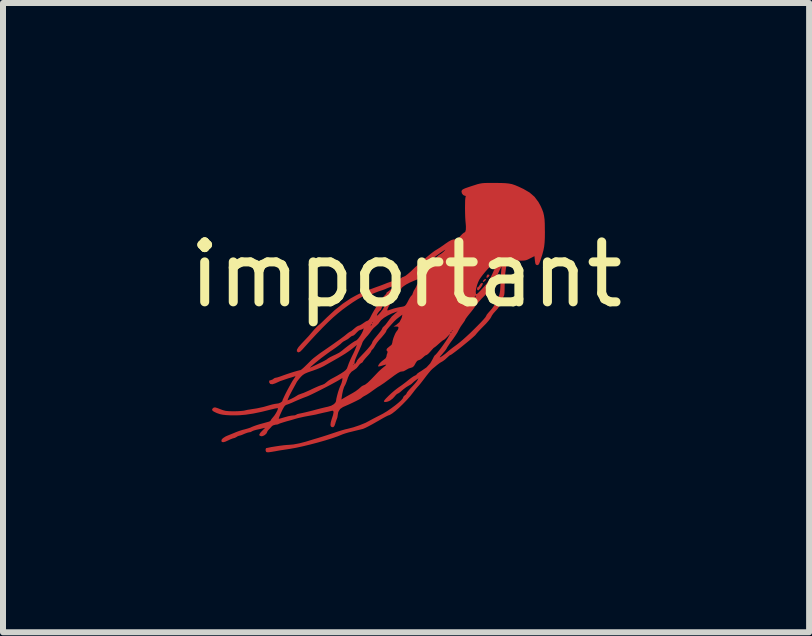
<source format=kicad_pcb>
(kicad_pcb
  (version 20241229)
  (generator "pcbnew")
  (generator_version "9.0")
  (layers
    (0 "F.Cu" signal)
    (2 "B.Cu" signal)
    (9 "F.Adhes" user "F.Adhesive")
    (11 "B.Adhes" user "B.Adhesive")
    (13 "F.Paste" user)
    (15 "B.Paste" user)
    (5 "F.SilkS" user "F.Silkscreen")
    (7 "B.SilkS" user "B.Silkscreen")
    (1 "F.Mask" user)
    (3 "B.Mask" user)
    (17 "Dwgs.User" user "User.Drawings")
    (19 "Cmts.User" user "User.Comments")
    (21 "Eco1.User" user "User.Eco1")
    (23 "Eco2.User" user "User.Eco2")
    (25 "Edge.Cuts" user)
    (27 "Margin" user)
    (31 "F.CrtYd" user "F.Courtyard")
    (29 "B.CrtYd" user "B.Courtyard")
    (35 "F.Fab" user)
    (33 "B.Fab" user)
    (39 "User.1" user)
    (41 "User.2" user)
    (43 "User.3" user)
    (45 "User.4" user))
  (footprint "important"
    (layer "F.Cu")
    (at 3.72 2.028)
    (property "Reference" "important" (at 0 -0.5 0) (unlocked yes) (layer "F.SilkS") (effects (font (size 1 1) (thickness 0.15))))
    (attr smd)
    (fp_poly (pts (xy 1.461 -0.634) (xy 1.46 -0.626) (xy 1.442 -0.605) (xy 1.435 -0.601) (xy 1.422 -0.605) (xy 1.423 -0.614) (xy 1.441 -0.635) (xy 1.448 -0.638)) (stroke (width 0) (type solid)) (fill yes) (layer "F.Cu"))
    (fp_poly (pts (xy 1.332 -0.426) (xy 1.33 -0.412) (xy 1.318 -0.397) (xy 1.293 -0.377) (xy 1.281 -0.381) (xy 1.281 -0.387) (xy 1.29 -0.405) (xy 1.309 -0.422) (xy 1.328 -0.428)) (stroke (width 0) (type solid)) (fill yes) (layer "F.Cu"))
    (fp_poly (pts (xy 1.391 -0.493) (xy 1.386 -0.474) (xy 1.376 -0.462) (xy 1.353 -0.446) (xy 1.34 -0.45) (xy 1.342 -0.467) (xy 1.349 -0.489) (xy 1.351 -0.495) (xy 1.362 -0.5) (xy 1.372 -0.501)) (stroke (width 0) (type solid)) (fill yes) (layer "F.Cu"))
    (fp_poly (pts (xy 1.278 -0.357) (xy 1.281 -0.348) (xy 1.273 -0.325) (xy 1.254 -0.293) (xy 1.23 -0.261) (xy 1.209 -0.24) (xy 1.2 -0.236) (xy 1.186 -0.247) (xy 1.183 -0.263) (xy 1.189 -0.286) (xy 1.197 -0.291) (xy 1.213 -0.302) (xy 1.227 -0.326) (xy 1.244 -0.35) (xy 1.264 -0.361)) (stroke (width 0) (type solid)) (fill yes) (layer "F.Cu"))
    (fp_poly (pts (xy 1.491 -2.028) (xy 1.584 -2.027) (xy 1.657 -2.024) (xy 1.715 -2.018) (xy 1.766 -2.008) (xy 1.817 -1.991) (xy 1.874 -1.967) (xy 1.944 -1.934) (xy 1.957 -1.928) (xy 2.06 -1.868) (xy 2.142 -1.797) (xy 2.207 -1.71) (xy 2.244 -1.643) (xy 2.269 -1.587) (xy 2.288 -1.536) (xy 2.3 -1.483) (xy 2.309 -1.422) (xy 2.313 -1.349) (xy 2.314 -1.255) (xy 2.315 -1.207) (xy 2.314 -1.111) (xy 2.31 -1.034) (xy 2.303 -0.969) (xy 2.291 -0.907) (xy 2.273 -0.839) (xy 2.247 -0.758) (xy 2.237 -0.727) (xy 2.22 -0.684) (xy 2.205 -0.662) (xy 2.188 -0.657) (xy 2.183 -0.658) (xy 2.166 -0.665) (xy 2.155 -0.686) (xy 2.149 -0.727) (xy 2.148 -0.734) (xy 2.141 -0.807) (xy 2.064 -0.768) (xy 2.028 -0.75) (xy 1.998 -0.739) (xy 1.965 -0.734) (xy 1.923 -0.732) (xy 1.864 -0.734) (xy 1.838 -0.735) (xy 1.688 -0.742) (xy 1.68 -0.695) (xy 1.664 -0.594) (xy 1.653 -0.509) (xy 1.647 -0.432) (xy 1.645 -0.351) (xy 1.644 -0.309) (xy 1.643 -0.246) (xy 1.641 -0.193) (xy 1.636 -0.158) (xy 1.632 -0.145) (xy 1.621 -0.127) (xy 1.611 -0.095) (xy 1.611 -0.094) (xy 1.596 -0.051) (xy 1.574 -0.015) (xy 1.555 0.015) (xy 1.546 0.038) (xy 1.546 0.038) (xy 1.537 0.057) (xy 1.512 0.087) (xy 1.491 0.109) (xy 1.456 0.148) (xy 1.429 0.187) (xy 1.421 0.205) (xy 1.405 0.232) (xy 1.374 0.272) (xy 1.332 0.32) (xy 1.293 0.359) (xy 1.247 0.406) (xy 1.207 0.448) (xy 1.179 0.48) (xy 1.167 0.495) (xy 1.152 0.513) (xy 1.119 0.543) (xy 1.074 0.583) (xy 1.019 0.628) (xy 0.959 0.677) (xy 0.9 0.725) (xy 0.843 0.769) (xy 0.795 0.805) (xy 0.759 0.831) (xy 0.739 0.842) (xy 0.737 0.842) (xy 0.722 0.851) (xy 0.696 0.875) (xy 0.685 0.885) (xy 0.648 0.919) (xy 0.609 0.947) (xy 0.602 0.95) (xy 0.562 0.974) (xy 0.521 1.005) (xy 0.517 1.008) (xy 0.479 1.04) (xy 0.442 1.07) (xy 0.439 1.073) (xy 0.415 1.096) (xy 0.381 1.136) (xy 0.342 1.185) (xy 0.321 1.213) (xy 0.281 1.265) (xy 0.244 1.313) (xy 0.214 1.349) (xy 0.203 1.361) (xy 0.175 1.393) (xy 0.14 1.436) (xy 0.12 1.463) (xy 0.069 1.528) (xy 0.01 1.594) (xy -0.054 1.66) (xy -0.117 1.721) (xy -0.177 1.774) (xy -0.23 1.815) (xy -0.273 1.841) (xy -0.298 1.849) (xy -0.313 1.856) (xy -0.349 1.874) (xy -0.399 1.902) (xy -0.459 1.937) (xy -0.49 1.954) (xy -0.558 1.993) (xy -0.621 2.027) (xy -0.674 2.054) (xy -0.711 2.07) (xy -0.719 2.073) (xy -0.755 2.082) (xy -0.809 2.095) (xy -0.871 2.11) (xy -0.894 2.116) (xy -0.956 2.131) (xy -1.011 2.147) (xy -1.052 2.161) (xy -1.062 2.165) (xy -1.138 2.196) (xy -1.235 2.23) (xy -1.348 2.265) (xy -1.471 2.3) (xy -1.597 2.333) (xy -1.721 2.363) (xy -1.836 2.388) (xy -1.937 2.406) (xy -1.963 2.41) (xy -2.034 2.421) (xy -2.114 2.433) (xy -2.178 2.445) (xy -2.242 2.456) (xy -2.285 2.462) (xy -2.311 2.463) (xy -2.325 2.46) (xy -2.333 2.455) (xy -2.341 2.435) (xy -2.341 2.41) (xy -2.334 2.394) (xy -2.331 2.393) (xy -2.31 2.389) (xy -2.3 2.387) (xy -2.247 2.376) (xy -2.179 2.365) (xy -2.106 2.354) (xy -2.037 2.345) (xy -1.98 2.34) (xy -1.955 2.339) (xy -1.877 2.332) (xy -1.78 2.314) (xy -1.672 2.286) (xy -1.636 2.275) (xy -1.587 2.26) (xy -1.525 2.241) (xy -1.46 2.222) (xy -1.454 2.22) (xy -1.389 2.2) (xy -1.311 2.175) (xy -1.233 2.149) (xy -1.202 2.139) (xy -1.134 2.116) (xy -1.066 2.095) (xy -1.009 2.079) (xy -0.985 2.074) (xy -0.88 2.047) (xy -0.773 2.011) (xy -0.675 1.971) (xy -0.615 1.939) (xy -0.554 1.906) (xy -0.487 1.871) (xy -0.445 1.85) (xy -0.385 1.819) (xy -0.319 1.779) (xy -0.252 1.733) (xy -0.188 1.686) (xy -0.132 1.641) (xy -0.086 1.6) (xy -0.057 1.567) (xy -0.048 1.547) (xy -0.037 1.526) (xy -0.02 1.513) (xy 0.002 1.494) (xy 0.008 1.481) (xy 0.017 1.463) (xy 0.042 1.432) (xy 0.077 1.393) (xy 0.09 1.38) (xy 0.13 1.337) (xy 0.165 1.297) (xy 0.186 1.268) (xy 0.189 1.263) (xy 0.207 1.229) (xy 0.166 1.259) (xy 0.132 1.285) (xy 0.107 1.309) (xy 0.106 1.31) (xy 0.081 1.331) (xy 0.045 1.352) (xy 0.041 1.354) (xy 0.003 1.377) (xy -0.041 1.41) (xy -0.066 1.431) (xy -0.1 1.461) (xy -0.128 1.48) (xy -0.14 1.485) (xy -0.157 1.496) (xy -0.181 1.521) (xy -0.186 1.528) (xy -0.221 1.566) (xy -0.261 1.597) (xy -0.262 1.598) (xy -0.3 1.616) (xy -0.336 1.624) (xy -0.362 1.623) (xy -0.37 1.613) (xy -0.36 1.594) (xy -0.333 1.563) (xy -0.293 1.523) (xy -0.247 1.48) (xy -0.198 1.437) (xy -0.152 1.401) (xy -0.125 1.381) (xy -0.067 1.341) (xy -0.005 1.294) (xy 0.036 1.261) (xy 0.079 1.227) (xy 0.118 1.2) (xy 0.144 1.186) (xy 0.144 1.186) (xy 0.169 1.174) (xy 0.176 1.164) (xy 0.187 1.151) (xy 0.216 1.13) (xy 0.251 1.109) (xy 0.34 1.048) (xy 0.404 0.979) (xy 0.444 0.908) (xy 0.46 0.876) (xy 0.562 0.876) (xy 0.565 0.881) (xy 0.588 0.868) (xy 0.612 0.852) (xy 0.655 0.82) (xy 0.697 0.784) (xy 0.699 0.782) (xy 0.729 0.756) (xy 0.774 0.721) (xy 0.827 0.682) (xy 0.853 0.663) (xy 0.895 0.63) (xy 0.948 0.585) (xy 1.008 0.531) (xy 1.072 0.472) (xy 1.135 0.41) (xy 1.195 0.35) (xy 1.249 0.295) (xy 1.293 0.247) (xy 1.323 0.211) (xy 1.336 0.189) (xy 1.337 0.187) (xy 1.345 0.17) (xy 1.368 0.141) (xy 1.393 0.113) (xy 1.43 0.07) (xy 1.462 0.026) (xy 1.476 0.003) (xy 1.51 -0.062) (xy 1.534 -0.111) (xy 1.551 -0.15) (xy 1.561 -0.188) (xy 1.568 -0.231) (xy 1.572 -0.286) (xy 1.575 -0.36) (xy 1.576 -0.389) (xy 1.58 -0.466) (xy 1.584 -0.535) (xy 1.589 -0.59) (xy 1.593 -0.625) (xy 1.595 -0.634) (xy 1.593 -0.634) (xy 1.582 -0.614) (xy 1.562 -0.576) (xy 1.547 -0.545) (xy 1.522 -0.492) (xy 1.503 -0.449) (xy 1.492 -0.422) (xy 1.49 -0.415) (xy 1.48 -0.403) (xy 1.478 -0.403) (xy 1.464 -0.391) (xy 1.446 -0.363) (xy 1.429 -0.327) (xy 1.417 -0.294) (xy 1.415 -0.274) (xy 1.416 -0.273) (xy 1.41 -0.259) (xy 1.387 -0.23) (xy 1.351 -0.19) (xy 1.31 -0.149) (xy 1.259 -0.098) (xy 1.213 -0.046) (xy 1.176 -0.003) (xy 1.159 0.021) (xy 1.13 0.063) (xy 1.091 0.114) (xy 1.054 0.159) (xy 1.022 0.199) (xy 0.998 0.232) (xy 0.987 0.25) (xy 0.987 0.252) (xy 0.979 0.269) (xy 0.958 0.3) (xy 0.945 0.318) (xy 0.912 0.365) (xy 0.883 0.415) (xy 0.876 0.428) (xy 0.857 0.465) (xy 0.825 0.515) (xy 0.787 0.57) (xy 0.765 0.6) (xy 0.729 0.649) (xy 0.701 0.691) (xy 0.683 0.719) (xy 0.679 0.728) (xy 0.67 0.744) (xy 0.648 0.774) (xy 0.615 0.812) (xy 0.615 0.813) (xy 0.579 0.854) (xy 0.562 0.876) (xy 0.46 0.876) (xy 0.462 0.871) (xy 0.478 0.847) (xy 0.484 0.842) (xy 0.497 0.831) (xy 0.522 0.802) (xy 0.555 0.76) (xy 0.592 0.711) (xy 0.63 0.658) (xy 0.665 0.607) (xy 0.693 0.563) (xy 0.702 0.548) (xy 0.738 0.485) (xy 0.687 0.538) (xy 0.657 0.568) (xy 0.634 0.587) (xy 0.626 0.59) (xy 0.611 0.599) (xy 0.582 0.622) (xy 0.547 0.653) (xy 0.511 0.685) (xy 0.483 0.708) (xy 0.47 0.716) (xy 0.457 0.726) (xy 0.433 0.752) (xy 0.409 0.779) (xy 0.378 0.813) (xy 0.351 0.836) (xy 0.338 0.842) (xy 0.318 0.851) (xy 0.29 0.875) (xy 0.281 0.884) (xy 0.248 0.911) (xy 0.218 0.926) (xy 0.212 0.926) (xy 0.185 0.939) (xy 0.159 0.976) (xy 0.155 0.986) (xy 0.131 1.026) (xy 0.104 1.047) (xy 0.083 1.053) (xy 0.041 1.067) (xy -0.002 1.091) (xy -0.005 1.093) (xy -0.041 1.112) (xy -0.071 1.116) (xy -0.073 1.116) (xy -0.095 1.12) (xy -0.135 1.141) (xy -0.193 1.18) (xy -0.251 1.223) (xy -0.311 1.267) (xy -0.365 1.307) (xy -0.41 1.337) (xy -0.438 1.356) (xy -0.441 1.357) (xy -0.472 1.376) (xy -0.514 1.405) (xy -0.552 1.432) (xy -0.6 1.467) (xy -0.649 1.499) (xy -0.679 1.516) (xy -0.715 1.536) (xy -0.738 1.553) (xy -0.742 1.557) (xy -0.757 1.568) (xy -0.792 1.587) (xy -0.841 1.612) (xy -0.899 1.64) (xy -0.959 1.668) (xy -1.016 1.693) (xy -1.052 1.709) (xy -1.099 1.741) (xy -1.13 1.791) (xy -1.139 1.842) (xy -1.144 1.879) (xy -1.152 1.902) (xy -1.163 1.93) (xy -1.177 1.972) (xy -1.18 1.985) (xy -1.195 2.025) (xy -1.212 2.043) (xy -1.224 2.045) (xy -1.251 2.036) (xy -1.261 2.009) (xy -1.255 1.961) (xy -1.24 1.91) (xy -1.218 1.843) (xy -1.209 1.799) (xy -1.213 1.775) (xy -1.229 1.769) (xy -1.24 1.772) (xy -1.274 1.78) (xy -1.319 1.791) (xy -1.335 1.794) (xy -1.389 1.806) (xy -1.444 1.819) (xy -1.454 1.821) (xy -1.501 1.833) (xy -1.559 1.844) (xy -1.587 1.849) (xy -1.7 1.87) (xy -1.797 1.892) (xy -1.838 1.903) (xy -1.875 1.914) (xy -1.929 1.93) (xy -1.989 1.946) (xy -2.002 1.95) (xy -2.055 1.966) (xy -2.098 1.98) (xy -2.123 1.99) (xy -2.126 1.993) (xy -2.147 2) (xy -2.177 2.003) (xy -2.219 2.015) (xy -2.241 2.033) (xy -2.269 2.065) (xy -2.289 2.085) (xy -2.309 2.108) (xy -2.314 2.122) (xy -2.326 2.148) (xy -2.353 2.174) (xy -2.387 2.192) (xy -2.413 2.196) (xy -2.442 2.186) (xy -2.447 2.166) (xy -2.428 2.135) (xy -2.402 2.107) (xy -2.349 2.055) (xy -2.391 2.064) (xy -2.432 2.074) (xy -2.482 2.085) (xy -2.495 2.088) (xy -2.536 2.099) (xy -2.565 2.111) (xy -2.571 2.115) (xy -2.596 2.127) (xy -2.614 2.129) (xy -2.644 2.136) (xy -2.685 2.151) (xy -2.699 2.157) (xy -2.738 2.174) (xy -2.769 2.184) (xy -2.776 2.185) (xy -2.803 2.193) (xy -2.824 2.206) (xy -2.853 2.222) (xy -2.871 2.227) (xy -2.893 2.233) (xy -2.931 2.248) (xy -2.96 2.262) (xy -3.013 2.286) (xy -3.048 2.295) (xy -3.069 2.291) (xy -3.076 2.283) (xy -3.078 2.257) (xy -3.054 2.228) (xy -3.009 2.199) (xy -2.975 2.184) (xy -2.92 2.162) (xy -2.864 2.139) (xy -2.836 2.127) (xy -2.788 2.109) (xy -2.729 2.09) (xy -2.696 2.082) (xy -2.642 2.067) (xy -2.594 2.051) (xy -2.571 2.04) (xy -2.536 2.026) (xy -2.485 2.008) (xy -2.426 1.99) (xy -2.417 1.988) (xy -2.362 1.973) (xy -2.316 1.96) (xy -2.286 1.952) (xy -2.283 1.951) (xy -2.262 1.94) (xy -2.258 1.933) (xy -2.249 1.917) (xy -2.236 1.9) (xy -2.122 1.9) (xy -2.121 1.905) (xy -2.103 1.901) (xy -2.067 1.891) (xy -2.02 1.877) (xy -1.966 1.862) (xy -1.916 1.852) (xy -1.885 1.849) (xy -1.851 1.846) (xy -1.833 1.837) (xy -1.832 1.837) (xy -1.815 1.827) (xy -1.781 1.818) (xy -1.772 1.817) (xy -1.739 1.81) (xy -1.685 1.798) (xy -1.619 1.782) (xy -1.547 1.764) (xy -1.538 1.761) (xy -1.466 1.742) (xy -1.399 1.725) (xy -1.345 1.712) (xy -1.31 1.704) (xy -1.307 1.704) (xy -1.248 1.686) (xy -1.201 1.659) (xy -1.173 1.626) (xy -1.167 1.604) (xy -1.164 1.583) (xy -1.078 1.583) (xy -1.028 1.553) (xy -0.989 1.53) (xy -0.937 1.501) (xy -0.894 1.477) (xy -0.843 1.446) (xy -0.797 1.412) (xy -0.769 1.388) (xy -0.738 1.361) (xy -0.712 1.347) (xy -0.706 1.346) (xy -0.681 1.334) (xy -0.639 1.302) (xy -0.583 1.248) (xy -0.513 1.175) (xy -0.502 1.163) (xy -0.459 1.118) (xy -0.414 1.076) (xy -0.379 1.047) (xy -0.349 1.023) (xy -0.332 1.006) (xy -0.331 1.002) (xy -0.346 1.003) (xy -0.378 1.012) (xy -0.397 1.018) (xy -0.434 1.029) (xy -0.459 1.033) (xy -0.464 1.032) (xy -0.464 1.015) (xy -0.447 0.988) (xy -0.419 0.957) (xy -0.386 0.93) (xy -0.376 0.923) (xy -0.342 0.896) (xy -0.328 0.869) (xy -0.328 0.868) (xy -0.321 0.832) (xy -0.314 0.814) (xy -0.307 0.787) (xy -0.314 0.779) (xy -0.328 0.758) (xy -0.317 0.732) (xy -0.284 0.704) (xy -0.279 0.7) (xy -0.242 0.671) (xy -0.23 0.639) (xy -0.23 0.638) (xy -0.224 0.604) (xy -0.211 0.558) (xy -0.192 0.51) (xy -0.177 0.477) (xy 0.739 0.477) (xy 0.74 0.478) (xy 0.753 0.468) (xy 0.756 0.464) (xy 0.76 0.451) (xy 0.758 0.45) (xy 0.745 0.46) (xy 0.742 0.464) (xy 0.739 0.477) (xy -0.177 0.477) (xy -0.172 0.468) (xy -0.156 0.444) (xy -0.155 0.443) (xy -0.144 0.429) (xy 0.763 0.429) (xy 0.77 0.436) (xy 0.777 0.429) (xy 0.77 0.422) (xy 0.763 0.429) (xy -0.144 0.429) (xy -0.137 0.419) (xy -0.129 0.398) (xy -0.127 0.376) (xy -0.141 0.368) (xy -0.165 0.366) (xy -0.209 0.366) (xy -0.164 0.339) (xy -0.109 0.291) (xy -0.075 0.226) (xy -0.07 0.208) (xy -0.061 0.168) (xy -0.114 0.208) (xy -0.155 0.24) (xy -0.191 0.274) (xy -0.199 0.282) (xy -0.253 0.341) (xy -0.29 0.383) (xy -0.313 0.411) (xy -0.325 0.428) (xy -0.328 0.439) (xy -0.337 0.459) (xy -0.364 0.495) (xy -0.404 0.543) (xy -0.453 0.597) (xy -0.486 0.639) (xy -0.515 0.684) (xy -0.517 0.688) (xy -0.538 0.723) (xy -0.557 0.746) (xy -0.561 0.748) (xy -0.578 0.768) (xy -0.58 0.776) (xy -0.589 0.794) (xy -0.613 0.825) (xy -0.647 0.863) (xy -0.65 0.866) (xy -0.684 0.904) (xy -0.709 0.935) (xy -0.719 0.952) (xy -0.719 0.953) (xy -0.731 0.968) (xy -0.744 0.974) (xy -0.768 0.991) (xy -0.793 1.021) (xy -0.794 1.024) (xy -0.825 1.061) (xy -0.863 1.089) (xy -0.908 1.119) (xy -0.942 1.16) (xy -0.969 1.218) (xy -0.978 1.247) (xy -0.994 1.292) (xy -1.008 1.327) (xy -1.015 1.341) (xy -1.033 1.374) (xy -1.05 1.427) (xy -1.064 1.491) (xy -1.068 1.517) (xy -1.078 1.583) (xy -1.164 1.583) (xy -1.162 1.57) (xy -1.15 1.519) (xy -1.134 1.46) (xy -1.115 1.403) (xy -1.097 1.357) (xy -1.091 1.346) (xy -1.075 1.306) (xy -1.064 1.263) (xy -1.06 1.233) (xy -1.065 1.226) (xy -1.074 1.232) (xy -1.098 1.247) (xy -1.142 1.273) (xy -1.202 1.306) (xy -1.272 1.344) (xy -1.349 1.384) (xy -1.427 1.424) (xy -1.501 1.461) (xy -1.568 1.494) (xy -1.621 1.519) (xy -1.656 1.534) (xy -1.66 1.535) (xy -1.708 1.553) (xy -1.769 1.578) (xy -1.833 1.605) (xy -1.851 1.613) (xy -1.904 1.637) (xy -1.949 1.655) (xy -1.978 1.666) (xy -1.985 1.667) (xy -2.007 1.677) (xy -2.024 1.692) (xy -2.039 1.715) (xy -2.059 1.751) (xy -2.08 1.795) (xy -2.1 1.839) (xy -2.115 1.876) (xy -2.122 1.9) (xy -2.236 1.9) (xy -2.228 1.889) (xy -2.22 1.881) (xy -2.194 1.848) (xy -2.169 1.809) (xy -2.148 1.77) (xy -2.137 1.74) (xy -2.137 1.727) (xy -2.153 1.728) (xy -2.188 1.734) (xy -2.236 1.746) (xy -2.246 1.748) (xy -2.407 1.788) (xy -2.547 1.817) (xy -2.672 1.836) (xy -2.787 1.846) (xy -2.898 1.847) (xy -2.916 1.847) (xy -2.995 1.843) (xy -3.054 1.837) (xy -3.102 1.827) (xy -3.146 1.812) (xy -3.157 1.808) (xy -3.207 1.784) (xy -3.232 1.763) (xy -3.233 1.743) (xy -3.215 1.723) (xy -3.199 1.715) (xy -3.176 1.716) (xy -3.138 1.728) (xy -3.103 1.742) (xy -3.054 1.76) (xy -3.009 1.772) (xy -2.958 1.777) (xy -2.891 1.779) (xy -2.877 1.779) (xy -2.812 1.778) (xy -2.751 1.774) (xy -2.706 1.769) (xy -2.692 1.766) (xy -2.643 1.755) (xy -2.591 1.747) (xy -2.587 1.746) (xy -2.484 1.73) (xy -2.374 1.706) (xy -2.28 1.679) (xy -2.23 1.665) (xy -2.187 1.656) (xy -2.165 1.653) (xy -2.128 1.648) (xy -2.092 1.634) (xy -2.068 1.616) (xy -2.062 1.606) (xy -2.058 1.592) (xy -1.975 1.592) (xy -1.974 1.597) (xy -1.96 1.592) (xy -1.929 1.578) (xy -1.907 1.568) (xy -1.866 1.547) (xy -1.833 1.527) (xy -1.824 1.521) (xy -1.798 1.505) (xy -1.758 1.49) (xy -1.748 1.486) (xy -1.71 1.473) (xy -1.657 1.45) (xy -1.596 1.423) (xy -1.566 1.408) (xy -1.507 1.381) (xy -1.454 1.358) (xy -1.414 1.343) (xy -1.4 1.339) (xy -1.361 1.322) (xy -1.33 1.298) (xy -1.299 1.272) (xy -1.256 1.244) (xy -1.237 1.234) (xy -1.192 1.21) (xy -1.136 1.179) (xy -1.082 1.147) (xy -1.034 1.115) (xy -1.004 1.09) (xy -0.985 1.064) (xy -0.973 1.03) (xy -0.971 1.026) (xy -0.963 1.003) (xy -0.887 1.003) (xy -0.88 1.01) (xy -0.873 1.003) (xy -0.88 0.996) (xy -0.887 1.003) (xy -0.963 1.003) (xy -0.955 0.981) (xy -0.951 0.971) (xy -0.859 0.971) (xy -0.858 0.992) (xy -0.85 0.989) (xy -0.839 0.974) (xy -0.823 0.949) (xy -0.818 0.936) (xy -0.808 0.921) (xy -0.785 0.893) (xy -0.758 0.865) (xy -0.695 0.799) (xy -0.641 0.74) (xy -0.6 0.691) (xy -0.574 0.654) (xy -0.566 0.635) (xy -0.557 0.613) (xy -0.535 0.58) (xy -0.52 0.561) (xy -0.467 0.497) (xy -0.431 0.452) (xy -0.409 0.421) (xy -0.399 0.402) (xy -0.398 0.397) (xy -0.387 0.378) (xy -0.369 0.362) (xy -0.345 0.338) (xy -0.316 0.301) (xy -0.302 0.281) (xy -0.238 0.198) (xy -0.167 0.136) (xy -0.139 0.115) (xy -0.167 0.123) (xy -0.237 0.149) (xy -0.306 0.183) (xy -0.368 0.221) (xy -0.415 0.259) (xy -0.44 0.29) (xy -0.463 0.321) (xy -0.498 0.354) (xy -0.506 0.361) (xy -0.544 0.395) (xy -0.574 0.432) (xy -0.579 0.438) (xy -0.602 0.471) (xy -0.636 0.513) (xy -0.66 0.539) (xy -0.692 0.578) (xy -0.718 0.614) (xy -0.727 0.633) (xy -0.738 0.664) (xy -0.757 0.709) (xy -0.775 0.751) (xy -0.809 0.825) (xy -0.832 0.879) (xy -0.847 0.916) (xy -0.855 0.941) (xy -0.859 0.96) (xy -0.859 0.971) (xy -0.951 0.971) (xy -0.931 0.924) (xy -0.904 0.866) (xy -0.903 0.864) (xy -0.876 0.809) (xy -0.853 0.759) (xy -0.838 0.722) (xy -0.837 0.719) (xy -0.82 0.673) (xy -0.878 0.72) (xy -0.92 0.753) (xy -0.963 0.784) (xy -1.01 0.816) (xy -1.065 0.85) (xy -1.132 0.89) (xy -1.214 0.937) (xy -1.315 0.994) (xy -1.373 1.027) (xy -1.42 1.05) (xy -1.483 1.076) (xy -1.551 1.101) (xy -1.576 1.109) (xy -1.641 1.132) (xy -1.687 1.152) (xy -1.721 1.174) (xy -1.751 1.202) (xy -1.758 1.21) (xy -1.79 1.248) (xy -1.816 1.282) (xy -1.825 1.297) (xy -1.838 1.322) (xy -1.861 1.364) (xy -1.887 1.412) (xy -1.889 1.415) (xy -1.92 1.473) (xy -1.947 1.525) (xy -1.965 1.566) (xy -1.975 1.592) (xy -2.058 1.592) (xy -2.056 1.585) (xy -2.038 1.546) (xy -2.013 1.493) (xy -1.983 1.434) (xy -1.95 1.373) (xy -1.919 1.317) (xy -1.892 1.27) (xy -1.871 1.239) (xy -1.871 1.238) (xy -1.849 1.208) (xy -1.844 1.195) (xy -1.854 1.195) (xy -1.859 1.198) (xy -1.889 1.208) (xy -1.933 1.221) (xy -1.957 1.228) (xy -2.098 1.276) (xy -2.182 1.314) (xy -2.229 1.329) (xy -2.264 1.324) (xy -2.282 1.299) (xy -2.283 1.293) (xy -2.281 1.268) (xy -2.261 1.262) (xy -2.229 1.251) (xy -2.216 1.241) (xy -2.189 1.223) (xy -2.174 1.22) (xy -2.148 1.215) (xy -2.107 1.202) (xy -2.082 1.193) (xy -2.035 1.176) (xy -1.978 1.156) (xy -1.917 1.136) (xy -1.858 1.118) (xy -1.808 1.104) (xy -1.774 1.095) (xy -1.765 1.094) (xy -1.747 1.085) (xy -1.717 1.06) (xy -1.705 1.049) (xy -1.599 1.049) (xy -1.595 1.051) (xy -1.593 1.05) (xy -1.575 1.041) (xy -1.539 1.024) (xy -1.489 1) (xy -1.454 0.983) (xy -1.4 0.957) (xy -1.356 0.934) (xy -1.328 0.918) (xy -1.321 0.913) (xy -1.302 0.898) (xy -1.265 0.876) (xy -1.216 0.852) (xy -1.181 0.836) (xy -1.116 0.803) (xy -1.06 0.762) (xy -1.05 0.753) (xy -1.013 0.723) (xy -0.969 0.689) (xy -0.924 0.656) (xy -0.884 0.628) (xy -0.854 0.609) (xy -0.842 0.604) (xy -0.822 0.593) (xy -0.794 0.563) (xy -0.764 0.522) (xy -0.737 0.477) (xy -0.717 0.435) (xy -0.713 0.422) (xy -0.707 0.399) (xy -0.714 0.399) (xy -0.721 0.405) (xy -0.75 0.42) (xy -0.764 0.422) (xy -0.787 0.433) (xy -0.816 0.459) (xy -0.827 0.471) (xy -0.856 0.501) (xy -0.881 0.519) (xy -0.889 0.52) (xy -0.914 0.53) (xy -0.937 0.549) (xy -0.969 0.575) (xy -1.009 0.597) (xy -1.012 0.599) (xy -1.049 0.619) (xy -1.075 0.641) (xy -1.077 0.643) (xy -1.095 0.66) (xy -1.131 0.688) (xy -1.18 0.724) (xy -1.239 0.765) (xy -1.257 0.777) (xy -1.303 0.81) (xy -1.356 0.849) (xy -1.411 0.89) (xy -1.464 0.932) (xy -1.513 0.972) (xy -1.554 1.007) (xy -1.584 1.033) (xy -1.599 1.049) (xy -1.705 1.049) (xy -1.685 1.03) (xy -1.642 0.988) (xy -1.6 0.946) (xy -1.576 0.922) (xy -1.544 0.894) (xy -1.496 0.857) (xy -1.442 0.816) (xy -1.419 0.8) (xy -1.313 0.727) (xy -1.228 0.668) (xy -1.161 0.62) (xy -1.108 0.583) (xy -1.067 0.552) (xy -1.034 0.528) (xy -1.008 0.507) (xy -1.001 0.501) (xy -0.966 0.473) (xy -0.94 0.455) (xy -0.93 0.45) (xy -0.914 0.442) (xy -0.886 0.419) (xy -0.865 0.401) (xy -0.831 0.373) (xy -0.801 0.355) (xy -0.79 0.352) (xy -0.789 0.352) (xy -0.59 0.352) (xy -0.588 0.352) (xy -0.575 0.343) (xy -0.573 0.338) (xy -0.569 0.325) (xy -0.571 0.324) (xy -0.584 0.334) (xy -0.587 0.338) (xy -0.59 0.352) (xy -0.789 0.352) (xy -0.767 0.344) (xy -0.732 0.323) (xy -0.713 0.31) (xy -0.704 0.304) (xy -0.566 0.304) (xy -0.559 0.31) (xy -0.552 0.304) (xy -0.559 0.297) (xy -0.566 0.304) (xy -0.704 0.304) (xy -0.678 0.286) (xy -0.649 0.271) (xy -0.64 0.269) (xy -0.624 0.257) (xy -0.603 0.227) (xy -0.59 0.202) (xy -0.58 0.182) (xy -0.487 0.182) (xy -0.484 0.185) (xy -0.469 0.175) (xy -0.443 0.149) (xy -0.42 0.122) (xy -0.399 0.094) (xy -0.314 0.094) (xy -0.303 0.098) (xy -0.289 0.094) (xy -0.261 0.084) (xy -0.22 0.071) (xy -0.202 0.065) (xy -0.146 0.051) (xy -0.087 0.039) (xy -0.076 0.038) (xy -0.042 0.031) (xy -0.019 0.021) (xy 0 0) (xy 0.022 -0.037) (xy 0.034 -0.061) (xy 0.058 -0.105) (xy 0.07 -0.124) (xy 1.144 -0.124) (xy 1.146 -0.123) (xy 1.159 -0.133) (xy 1.162 -0.137) (xy 1.165 -0.15) (xy 1.163 -0.151) (xy 1.151 -0.141) (xy 1.148 -0.137) (xy 1.144 -0.124) (xy 0.07 -0.124) (xy 0.079 -0.137) (xy 0.091 -0.151) (xy 0.092 -0.151) (xy 0.103 -0.163) (xy 0.112 -0.189) (xy 0.125 -0.222) (xy 1.162 -0.222) (xy 1.163 -0.19) (xy 1.163 -0.19) (xy 1.169 -0.176) (xy 1.18 -0.176) (xy 1.198 -0.19) (xy 1.229 -0.222) (xy 1.244 -0.237) (xy 1.287 -0.285) (xy 1.329 -0.333) (xy 1.359 -0.37) (xy 1.386 -0.41) (xy 1.417 -0.466) (xy 1.445 -0.525) (xy 1.448 -0.533) (xy 1.47 -0.583) (xy 1.49 -0.623) (xy 1.503 -0.646) (xy 1.506 -0.648) (xy 1.518 -0.668) (xy 1.518 -0.672) (xy 1.513 -0.68) (xy 1.502 -0.671) (xy 1.48 -0.656) (xy 1.469 -0.661) (xy 1.472 -0.678) (xy 1.473 -0.691) (xy 1.459 -0.686) (xy 1.434 -0.666) (xy 1.401 -0.634) (xy 1.362 -0.593) (xy 1.321 -0.547) (xy 1.281 -0.498) (xy 1.245 -0.45) (xy 1.223 -0.417) (xy 1.203 -0.376) (xy 1.184 -0.324) (xy 1.17 -0.269) (xy 1.162 -0.222) (xy 0.125 -0.222) (xy 0.127 -0.228) (xy 0.149 -0.264) (xy 0.167 -0.295) (xy 0.176 -0.317) (xy 0.176 -0.318) (xy 0.184 -0.336) (xy 0.207 -0.366) (xy 0.225 -0.387) (xy 0.259 -0.427) (xy 0.272 -0.449) (xy 0.265 -0.453) (xy 0.249 -0.446) (xy 0.224 -0.435) (xy 0.182 -0.417) (xy 0.132 -0.397) (xy 0.127 -0.395) (xy 0.065 -0.368) (xy 0.008 -0.338) (xy -0.038 -0.308) (xy -0.068 -0.283) (xy -0.074 -0.274) (xy -0.084 -0.258) (xy -0.108 -0.227) (xy -0.142 -0.185) (xy -0.16 -0.163) (xy -0.199 -0.111) (xy -0.238 -0.055) (xy -0.272 0.001) (xy -0.298 0.049) (xy -0.312 0.084) (xy -0.314 0.094) (xy -0.399 0.094) (xy -0.389 0.081) (xy -0.362 0.036) (xy -0.341 -0.005) (xy -0.331 -0.036) (xy -0.332 -0.048) (xy -0.342 -0.041) (xy -0.36 -0.018) (xy -0.382 0.013) (xy -0.4 0.044) (xy -0.411 0.067) (xy -0.412 0.072) (xy -0.422 0.091) (xy -0.43 0.097) (xy -0.448 0.114) (xy -0.468 0.14) (xy -0.482 0.165) (xy -0.487 0.182) (xy -0.58 0.182) (xy -0.567 0.157) (xy -0.535 0.101) (xy -0.497 0.04) (xy -0.457 -0.021) (xy -0.418 -0.077) (xy -0.385 -0.121) (xy -0.361 -0.149) (xy -0.354 -0.155) (xy -0.333 -0.176) (xy -0.328 -0.189) (xy -0.321 -0.206) (xy -0.317 -0.207) (xy -0.302 -0.216) (xy -0.273 -0.238) (xy -0.244 -0.263) (xy -0.181 -0.319) (xy -0.251 -0.296) (xy -0.293 -0.281) (xy -0.325 -0.268) (xy -0.335 -0.263) (xy -0.356 -0.254) (xy -0.393 -0.241) (xy -0.412 -0.235) (xy -0.463 -0.218) (xy -0.521 -0.195) (xy -0.547 -0.184) (xy -0.594 -0.165) (xy -0.637 -0.154) (xy -0.656 -0.151) (xy -0.693 -0.145) (xy -0.742 -0.124) (xy -0.806 -0.089) (xy -0.887 -0.038) (xy -0.981 0.027) (xy -1.06 0.085) (xy -1.137 0.147) (xy -1.217 0.216) (xy -1.301 0.295) (xy -1.392 0.386) (xy -1.493 0.491) (xy -1.606 0.613) (xy -1.729 0.75) (xy -1.766 0.786) (xy -1.794 0.797) (xy -1.801 0.796) (xy -1.821 0.779) (xy -1.819 0.751) (xy -1.795 0.711) (xy -1.748 0.657) (xy -1.736 0.644) (xy -1.683 0.588) (xy -1.623 0.524) (xy -1.571 0.463) (xy -1.566 0.457) (xy -1.527 0.412) (xy -1.492 0.375) (xy -1.468 0.352) (xy -1.462 0.347) (xy -1.444 0.333) (xy -1.411 0.303) (xy -1.368 0.261) (xy -1.32 0.214) (xy -1.19 0.093) (xy -1.055 -0.015) (xy -0.921 -0.105) (xy -0.843 -0.148) (xy -0.793 -0.174) (xy -0.746 -0.196) (xy -0.696 -0.217) (xy -0.638 -0.24) (xy -0.563 -0.267) (xy -0.496 -0.292) (xy -0.447 -0.309) (xy -0.404 -0.325) (xy -0.355 -0.344) (xy -0.321 -0.358) (xy -0.267 -0.377) (xy -0.204 -0.398) (xy -0.164 -0.411) (xy -0.119 -0.425) (xy -0.087 -0.438) (xy -0.076 -0.446) (xy -0.064 -0.456) (xy -0.038 -0.465) (xy -0.01 -0.479) (xy 0.029 -0.509) (xy 0.073 -0.547) (xy 0.085 -0.558) (xy 0.141 -0.612) (xy 0.141 -0.612) (xy 0.253 -0.612) (xy 0.295 -0.633) (xy 0.337 -0.65) (xy 0.376 -0.661) (xy 0.407 -0.675) (xy 0.424 -0.693) (xy 0.438 -0.714) (xy 0.464 -0.746) (xy 0.497 -0.78) (xy 0.528 -0.811) (xy 0.554 -0.832) (xy 0.563 -0.836) (xy 0.58 -0.845) (xy 0.608 -0.867) (xy 0.623 -0.88) (xy 0.647 -0.903) (xy 0.655 -0.914) (xy 0.651 -0.913) (xy 0.622 -0.895) (xy 0.577 -0.865) (xy 0.524 -0.827) (xy 0.469 -0.787) (xy 0.419 -0.749) (xy 0.385 -0.722) (xy 0.344 -0.688) (xy 0.305 -0.656) (xy 0.288 -0.641) (xy 0.253 -0.612) (xy 0.141 -0.612) (xy 0.205 -0.671) (xy 0.273 -0.731) (xy 0.34 -0.788) (xy 0.402 -0.839) (xy 0.454 -0.879) (xy 0.491 -0.905) (xy 0.497 -0.908) (xy 0.531 -0.929) (xy 0.579 -0.96) (xy 0.632 -0.997) (xy 0.651 -1.011) (xy 0.71 -1.051) (xy 0.754 -1.075) (xy 0.79 -1.086) (xy 0.807 -1.087) (xy 0.843 -1.092) (xy 0.873 -1.11) (xy 0.907 -1.144) (xy 0.937 -1.176) (xy 0.961 -1.196) (xy 0.971 -1.2) (xy 0.987 -1.213) (xy 0.997 -1.248) (xy 0.998 -1.302) (xy 0.995 -1.343) (xy 0.99 -1.397) (xy 0.986 -1.463) (xy 0.984 -1.537) (xy 0.983 -1.611) (xy 0.984 -1.679) (xy 0.985 -1.737) (xy 0.989 -1.777) (xy 0.992 -1.791) (xy 0.996 -1.81) (xy 0.977 -1.815) (xy 0.951 -1.827) (xy 0.931 -1.855) (xy 0.924 -1.886) (xy 0.931 -1.906) (xy 0.942 -1.917) (xy 0.959 -1.927) (xy 0.986 -1.939) (xy 1.029 -1.954) (xy 1.091 -1.975) (xy 1.141 -1.991) (xy 1.187 -2.006) (xy 1.227 -2.016) (xy 1.267 -2.023) (xy 1.312 -2.027) (xy 1.371 -2.028) (xy 1.448 -2.028)) (stroke (width 0) (type solid)) (fill yes) (layer "F.Cu"))
    (fp_poly (pts (xy 1.459 -0.634) (xy 1.458 -0.626) (xy 1.441 -0.604) (xy 1.434 -0.601) (xy 1.421 -0.605) (xy 1.422 -0.613) (xy 1.439 -0.635) (xy 1.446 -0.638)) (stroke (width 0) (type solid)) (fill yes) (layer "F.Mask"))
    (fp_poly (pts (xy 1.33 -0.426) (xy 1.328 -0.411) (xy 1.317 -0.396) (xy 1.292 -0.377) (xy 1.28 -0.381) (xy 1.279 -0.387) (xy 1.288 -0.405) (xy 1.308 -0.422) (xy 1.326 -0.428)) (stroke (width 0) (type solid)) (fill yes) (layer "F.Mask"))
    (fp_poly (pts (xy 1.389 -0.493) (xy 1.385 -0.474) (xy 1.374 -0.461) (xy 1.352 -0.446) (xy 1.339 -0.45) (xy 1.341 -0.467) (xy 1.348 -0.489) (xy 1.349 -0.495) (xy 1.361 -0.5) (xy 1.37 -0.501)) (stroke (width 0) (type solid)) (fill yes) (layer "F.Mask"))
    (fp_poly (pts (xy 1.277 -0.357) (xy 1.279 -0.348) (xy 1.271 -0.324) (xy 1.252 -0.292) (xy 1.229 -0.261) (xy 1.208 -0.24) (xy 1.199 -0.235) (xy 1.185 -0.247) (xy 1.181 -0.263) (xy 1.187 -0.286) (xy 1.196 -0.291) (xy 1.211 -0.302) (xy 1.226 -0.326) (xy 1.243 -0.349) (xy 1.263 -0.361)) (stroke (width 0) (type solid)) (fill yes) (layer "F.Mask"))
    (fp_poly (pts (xy 1.489 -2.028) (xy 1.583 -2.027) (xy 1.655 -2.024) (xy 1.714 -2.018) (xy 1.765 -2.008) (xy 1.815 -1.991) (xy 1.872 -1.967) (xy 1.942 -1.934) (xy 1.955 -1.927) (xy 2.059 -1.868) (xy 2.14 -1.797) (xy 2.206 -1.71) (xy 2.242 -1.643) (xy 2.267 -1.587) (xy 2.286 -1.535) (xy 2.299 -1.483) (xy 2.307 -1.422) (xy 2.311 -1.348) (xy 2.313 -1.255) (xy 2.313 -1.207) (xy 2.312 -1.111) (xy 2.309 -1.034) (xy 2.302 -0.969) (xy 2.29 -0.906) (xy 2.272 -0.839) (xy 2.246 -0.758) (xy 2.235 -0.727) (xy 2.219 -0.684) (xy 2.204 -0.662) (xy 2.186 -0.657) (xy 2.182 -0.657) (xy 2.164 -0.665) (xy 2.154 -0.686) (xy 2.147 -0.727) (xy 2.146 -0.734) (xy 2.139 -0.807) (xy 2.062 -0.768) (xy 2.027 -0.75) (xy 1.996 -0.739) (xy 1.964 -0.734) (xy 1.922 -0.732) (xy 1.862 -0.734) (xy 1.836 -0.735) (xy 1.687 -0.742) (xy 1.679 -0.695) (xy 1.663 -0.593) (xy 1.652 -0.509) (xy 1.646 -0.432) (xy 1.643 -0.351) (xy 1.643 -0.309) (xy 1.642 -0.246) (xy 1.639 -0.193) (xy 1.635 -0.158) (xy 1.631 -0.145) (xy 1.62 -0.127) (xy 1.61 -0.095) (xy 1.61 -0.094) (xy 1.594 -0.05) (xy 1.573 -0.015) (xy 1.553 0.015) (xy 1.545 0.038) (xy 1.545 0.039) (xy 1.535 0.058) (xy 1.511 0.087) (xy 1.489 0.109) (xy 1.454 0.148) (xy 1.428 0.187) (xy 1.419 0.205) (xy 1.404 0.232) (xy 1.372 0.272) (xy 1.33 0.32) (xy 1.292 0.359) (xy 1.245 0.406) (xy 1.205 0.448) (xy 1.177 0.48) (xy 1.166 0.495) (xy 1.15 0.513) (xy 1.118 0.543) (xy 1.072 0.583) (xy 1.017 0.628) (xy 0.958 0.677) (xy 0.898 0.725) (xy 0.842 0.769) (xy 0.794 0.805) (xy 0.757 0.831) (xy 0.737 0.842) (xy 0.736 0.842) (xy 0.72 0.851) (xy 0.694 0.875) (xy 0.684 0.885) (xy 0.647 0.919) (xy 0.607 0.947) (xy 0.601 0.95) (xy 0.561 0.975) (xy 0.52 1.005) (xy 0.516 1.008) (xy 0.477 1.04) (xy 0.441 1.07) (xy 0.437 1.073) (xy 0.414 1.096) (xy 0.38 1.136) (xy 0.34 1.185) (xy 0.319 1.213) (xy 0.28 1.265) (xy 0.242 1.313) (xy 0.212 1.349) (xy 0.202 1.361) (xy 0.174 1.393) (xy 0.139 1.436) (xy 0.118 1.463) (xy 0.067 1.528) (xy 0.008 1.594) (xy -0.055 1.66) (xy -0.119 1.721) (xy -0.179 1.774) (xy -0.232 1.815) (xy -0.274 1.841) (xy -0.299 1.849) (xy -0.315 1.856) (xy -0.35 1.874) (xy -0.4 1.902) (xy -0.461 1.937) (xy -0.491 1.955) (xy -0.559 1.993) (xy -0.622 2.027) (xy -0.675 2.054) (xy -0.712 2.07) (xy -0.721 2.073) (xy -0.757 2.082) (xy -0.811 2.096) (xy -0.872 2.11) (xy -0.896 2.116) (xy -0.957 2.131) (xy -1.013 2.147) (xy -1.054 2.161) (xy -1.064 2.165) (xy -1.139 2.196) (xy -1.237 2.23) (xy -1.35 2.265) (xy -1.472 2.3) (xy -1.598 2.334) (xy -1.722 2.363) (xy -1.837 2.388) (xy -1.938 2.406) (xy -1.964 2.41) (xy -2.035 2.421) (xy -2.116 2.434) (xy -2.179 2.445) (xy -2.244 2.456) (xy -2.286 2.462) (xy -2.312 2.464) (xy -2.327 2.46) (xy -2.334 2.455) (xy -2.342 2.436) (xy -2.342 2.41) (xy -2.335 2.394) (xy -2.333 2.394) (xy -2.311 2.39) (xy -2.301 2.387) (xy -2.248 2.376) (xy -2.181 2.365) (xy -2.107 2.354) (xy -2.038 2.345) (xy -1.981 2.34) (xy -1.956 2.339) (xy -1.878 2.332) (xy -1.782 2.314) (xy -1.674 2.286) (xy -1.637 2.275) (xy -1.589 2.26) (xy -1.526 2.241) (xy -1.462 2.222) (xy -1.455 2.22) (xy -1.39 2.2) (xy -1.312 2.175) (xy -1.234 2.149) (xy -1.203 2.139) (xy -1.135 2.116) (xy -1.067 2.095) (xy -1.01 2.079) (xy -0.987 2.074) (xy -0.881 2.047) (xy -0.774 2.011) (xy -0.677 1.971) (xy -0.616 1.94) (xy -0.555 1.906) (xy -0.488 1.871) (xy -0.446 1.85) (xy -0.386 1.819) (xy -0.321 1.779) (xy -0.254 1.734) (xy -0.19 1.687) (xy -0.133 1.641) (xy -0.088 1.6) (xy -0.059 1.567) (xy -0.05 1.548) (xy -0.038 1.526) (xy -0.022 1.513) (xy 0.001 1.495) (xy 0.006 1.481) (xy 0.016 1.463) (xy 0.04 1.432) (xy 0.076 1.393) (xy 0.088 1.38) (xy 0.129 1.337) (xy 0.163 1.297) (xy 0.185 1.268) (xy 0.188 1.263) (xy 0.205 1.23) (xy 0.164 1.259) (xy 0.131 1.285) (xy 0.106 1.309) (xy 0.105 1.31) (xy 0.08 1.331) (xy 0.044 1.352) (xy 0.04 1.354) (xy 0.002 1.377) (xy -0.043 1.41) (xy -0.067 1.431) (xy -0.102 1.461) (xy -0.13 1.48) (xy -0.141 1.486) (xy -0.159 1.496) (xy -0.182 1.521) (xy -0.188 1.528) (xy -0.223 1.566) (xy -0.263 1.597) (xy -0.264 1.598) (xy -0.302 1.616) (xy -0.338 1.625) (xy -0.363 1.623) (xy -0.371 1.613) (xy -0.361 1.594) (xy -0.334 1.563) (xy -0.295 1.523) (xy -0.248 1.48) (xy -0.199 1.437) (xy -0.153 1.401) (xy -0.126 1.381) (xy -0.068 1.341) (xy -0.006 1.294) (xy 0.034 1.261) (xy 0.077 1.227) (xy 0.116 1.2) (xy 0.143 1.186) (xy 0.143 1.186) (xy 0.167 1.174) (xy 0.174 1.164) (xy 0.185 1.151) (xy 0.215 1.13) (xy 0.25 1.109) (xy 0.338 1.048) (xy 0.403 0.979) (xy 0.443 0.909) (xy 0.458 0.877) (xy 0.561 0.877) (xy 0.564 0.881) (xy 0.587 0.869) (xy 0.611 0.852) (xy 0.654 0.82) (xy 0.696 0.784) (xy 0.698 0.782) (xy 0.728 0.756) (xy 0.773 0.721) (xy 0.826 0.682) (xy 0.852 0.663) (xy 0.894 0.63) (xy 0.947 0.585) (xy 1.007 0.531) (xy 1.07 0.472) (xy 1.134 0.411) (xy 1.194 0.35) (xy 1.248 0.295) (xy 1.291 0.247) (xy 1.322 0.211) (xy 1.335 0.189) (xy 1.335 0.187) (xy 1.344 0.171) (xy 1.367 0.141) (xy 1.392 0.113) (xy 1.428 0.07) (xy 1.461 0.026) (xy 1.474 0.003) (xy 1.508 -0.062) (xy 1.533 -0.11) (xy 1.549 -0.15) (xy 1.56 -0.188) (xy 1.566 -0.231) (xy 1.57 -0.286) (xy 1.574 -0.359) (xy 1.575 -0.389) (xy 1.579 -0.466) (xy 1.583 -0.535) (xy 1.587 -0.589) (xy 1.592 -0.625) (xy 1.593 -0.633) (xy 1.592 -0.634) (xy 1.58 -0.614) (xy 1.561 -0.576) (xy 1.546 -0.545) (xy 1.521 -0.492) (xy 1.502 -0.449) (xy 1.491 -0.421) (xy 1.489 -0.415) (xy 1.479 -0.403) (xy 1.476 -0.403) (xy 1.463 -0.391) (xy 1.445 -0.363) (xy 1.428 -0.327) (xy 1.416 -0.294) (xy 1.414 -0.274) (xy 1.414 -0.273) (xy 1.408 -0.259) (xy 1.385 -0.23) (xy 1.349 -0.19) (xy 1.308 -0.149) (xy 1.258 -0.097) (xy 1.211 -0.046) (xy 1.174 -0.002) (xy 1.157 0.021) (xy 1.128 0.063) (xy 1.09 0.114) (xy 1.053 0.159) (xy 1.02 0.199) (xy 0.996 0.232) (xy 0.986 0.251) (xy 0.985 0.252) (xy 0.977 0.27) (xy 0.957 0.3) (xy 0.943 0.318) (xy 0.91 0.365) (xy 0.881 0.415) (xy 0.875 0.428) (xy 0.855 0.465) (xy 0.824 0.515) (xy 0.785 0.571) (xy 0.764 0.6) (xy 0.728 0.649) (xy 0.699 0.691) (xy 0.682 0.719) (xy 0.678 0.728) (xy 0.669 0.744) (xy 0.646 0.775) (xy 0.614 0.812) (xy 0.614 0.813) (xy 0.577 0.854) (xy 0.561 0.877) (xy 0.458 0.877) (xy 0.461 0.871) (xy 0.476 0.847) (xy 0.482 0.842) (xy 0.495 0.831) (xy 0.52 0.803) (xy 0.553 0.761) (xy 0.591 0.711) (xy 0.629 0.658) (xy 0.664 0.607) (xy 0.692 0.564) (xy 0.701 0.548) (xy 0.736 0.485) (xy 0.686 0.538) (xy 0.655 0.568) (xy 0.632 0.587) (xy 0.625 0.59) (xy 0.61 0.599) (xy 0.581 0.622) (xy 0.546 0.653) (xy 0.51 0.685) (xy 0.482 0.708) (xy 0.469 0.716) (xy 0.456 0.726) (xy 0.431 0.752) (xy 0.407 0.779) (xy 0.376 0.813) (xy 0.35 0.836) (xy 0.337 0.842) (xy 0.317 0.852) (xy 0.288 0.875) (xy 0.279 0.884) (xy 0.247 0.911) (xy 0.217 0.926) (xy 0.21 0.927) (xy 0.184 0.939) (xy 0.158 0.976) (xy 0.153 0.986) (xy 0.129 1.026) (xy 0.102 1.047) (xy 0.081 1.053) (xy 0.039 1.068) (xy -0.003 1.091) (xy -0.006 1.093) (xy -0.042 1.112) (xy -0.072 1.116) (xy -0.075 1.116) (xy -0.097 1.12) (xy -0.136 1.141) (xy -0.194 1.18) (xy -0.253 1.223) (xy -0.312 1.267) (xy -0.367 1.307) (xy -0.411 1.337) (xy -0.439 1.356) (xy -0.443 1.358) (xy -0.473 1.376) (xy -0.516 1.405) (xy -0.553 1.432) (xy -0.602 1.467) (xy -0.651 1.499) (xy -0.681 1.516) (xy -0.716 1.536) (xy -0.739 1.553) (xy -0.743 1.557) (xy -0.758 1.568) (xy -0.793 1.587) (xy -0.843 1.612) (xy -0.9 1.64) (xy -0.96 1.668) (xy -1.017 1.693) (xy -1.054 1.709) (xy -1.1 1.741) (xy -1.131 1.791) (xy -1.141 1.842) (xy -1.145 1.879) (xy -1.153 1.902) (xy -1.165 1.93) (xy -1.178 1.972) (xy -1.182 1.986) (xy -1.196 2.025) (xy -1.213 2.043) (xy -1.225 2.045) (xy -1.252 2.036) (xy -1.262 2.009) (xy -1.256 1.961) (xy -1.241 1.91) (xy -1.22 1.843) (xy -1.211 1.799) (xy -1.214 1.775) (xy -1.231 1.769) (xy -1.242 1.772) (xy -1.275 1.781) (xy -1.321 1.791) (xy -1.336 1.794) (xy -1.391 1.806) (xy -1.445 1.819) (xy -1.455 1.821) (xy -1.503 1.833) (xy -1.561 1.844) (xy -1.588 1.849) (xy -1.701 1.87) (xy -1.799 1.892) (xy -1.84 1.904) (xy -1.877 1.914) (xy -1.93 1.93) (xy -1.99 1.947) (xy -2.003 1.95) (xy -2.057 1.966) (xy -2.099 1.98) (xy -2.125 1.99) (xy -2.128 1.993) (xy -2.148 2) (xy -2.178 2.003) (xy -2.22 2.015) (xy -2.242 2.033) (xy -2.27 2.065) (xy -2.291 2.085) (xy -2.31 2.108) (xy -2.315 2.123) (xy -2.327 2.148) (xy -2.355 2.174) (xy -2.389 2.192) (xy -2.414 2.196) (xy -2.443 2.186) (xy -2.448 2.166) (xy -2.43 2.135) (xy -2.404 2.107) (xy -2.35 2.055) (xy -2.392 2.065) (xy -2.433 2.074) (xy -2.483 2.085) (xy -2.497 2.088) (xy -2.537 2.099) (xy -2.567 2.111) (xy -2.573 2.115) (xy -2.598 2.127) (xy -2.615 2.129) (xy -2.646 2.136) (xy -2.686 2.151) (xy -2.7 2.157) (xy -2.739 2.174) (xy -2.77 2.184) (xy -2.777 2.185) (xy -2.804 2.194) (xy -2.825 2.206) (xy -2.854 2.222) (xy -2.872 2.227) (xy -2.895 2.233) (xy -2.933 2.248) (xy -2.961 2.262) (xy -3.015 2.286) (xy -3.05 2.296) (xy -3.071 2.291) (xy -3.077 2.283) (xy -3.079 2.257) (xy -3.056 2.228) (xy -3.01 2.199) (xy -2.977 2.185) (xy -2.921 2.162) (xy -2.866 2.139) (xy -2.837 2.127) (xy -2.789 2.109) (xy -2.73 2.091) (xy -2.697 2.082) (xy -2.644 2.067) (xy -2.595 2.051) (xy -2.572 2.04) (xy -2.537 2.026) (xy -2.486 2.008) (xy -2.428 1.991) (xy -2.419 1.988) (xy -2.364 1.973) (xy -2.317 1.96) (xy -2.288 1.952) (xy -2.284 1.951) (xy -2.263 1.94) (xy -2.259 1.933) (xy -2.251 1.917) (xy -2.237 1.9) (xy -2.123 1.9) (xy -2.122 1.905) (xy -2.105 1.901) (xy -2.069 1.891) (xy -2.022 1.877) (xy -1.967 1.863) (xy -1.917 1.853) (xy -1.886 1.849) (xy -1.853 1.846) (xy -1.834 1.837) (xy -1.834 1.837) (xy -1.816 1.827) (xy -1.782 1.818) (xy -1.773 1.817) (xy -1.74 1.811) (xy -1.687 1.799) (xy -1.621 1.782) (xy -1.548 1.764) (xy -1.539 1.761) (xy -1.467 1.742) (xy -1.4 1.726) (xy -1.346 1.712) (xy -1.311 1.705) (xy -1.308 1.704) (xy -1.249 1.686) (xy -1.202 1.659) (xy -1.174 1.626) (xy -1.168 1.604) (xy -1.166 1.583) (xy -1.08 1.583) (xy -1.03 1.553) (xy -0.99 1.531) (xy -0.939 1.501) (xy -0.895 1.477) (xy -0.845 1.446) (xy -0.798 1.412) (xy -0.77 1.388) (xy -0.74 1.361) (xy -0.713 1.347) (xy -0.708 1.346) (xy -0.682 1.335) (xy -0.641 1.302) (xy -0.585 1.248) (xy -0.515 1.175) (xy -0.504 1.163) (xy -0.46 1.118) (xy -0.415 1.076) (xy -0.381 1.047) (xy -0.35 1.023) (xy -0.334 1.006) (xy -0.332 1.002) (xy -0.347 1.003) (xy -0.379 1.012) (xy -0.398 1.018) (xy -0.436 1.029) (xy -0.461 1.033) (xy -0.466 1.032) (xy -0.465 1.015) (xy -0.448 0.988) (xy -0.42 0.957) (xy -0.387 0.93) (xy -0.377 0.924) (xy -0.343 0.897) (xy -0.329 0.87) (xy -0.329 0.868) (xy -0.323 0.832) (xy -0.315 0.814) (xy -0.309 0.787) (xy -0.315 0.779) (xy -0.329 0.758) (xy -0.319 0.732) (xy -0.286 0.704) (xy -0.28 0.7) (xy -0.243 0.671) (xy -0.231 0.639) (xy -0.231 0.638) (xy -0.226 0.604) (xy -0.212 0.558) (xy -0.193 0.51) (xy -0.178 0.478) (xy 0.737 0.478) (xy 0.739 0.478) (xy 0.752 0.469) (xy 0.755 0.464) (xy 0.758 0.451) (xy 0.756 0.45) (xy 0.744 0.46) (xy 0.741 0.464) (xy 0.737 0.478) (xy -0.178 0.478) (xy -0.174 0.468) (xy -0.157 0.444) (xy -0.156 0.443) (xy -0.146 0.43) (xy 0.762 0.43) (xy 0.769 0.436) (xy 0.776 0.43) (xy 0.769 0.423) (xy 0.762 0.43) (xy -0.146 0.43) (xy -0.138 0.419) (xy -0.13 0.398) (xy -0.128 0.376) (xy -0.142 0.368) (xy -0.166 0.367) (xy -0.21 0.366) (xy -0.166 0.339) (xy -0.11 0.291) (xy -0.076 0.226) (xy -0.072 0.208) (xy -0.062 0.168) (xy -0.115 0.208) (xy -0.156 0.24) (xy -0.192 0.274) (xy -0.201 0.282) (xy -0.254 0.341) (xy -0.291 0.383) (xy -0.314 0.411) (xy -0.326 0.429) (xy -0.329 0.439) (xy -0.339 0.459) (xy -0.365 0.496) (xy -0.405 0.544) (xy -0.454 0.597) (xy -0.488 0.639) (xy -0.516 0.684) (xy -0.518 0.688) (xy -0.539 0.723) (xy -0.559 0.746) (xy -0.562 0.748) (xy -0.579 0.768) (xy -0.581 0.776) (xy -0.59 0.794) (xy -0.614 0.825) (xy -0.648 0.863) (xy -0.651 0.866) (xy -0.685 0.904) (xy -0.71 0.935) (xy -0.721 0.952) (xy -0.721 0.953) (xy -0.732 0.968) (xy -0.746 0.974) (xy -0.77 0.991) (xy -0.794 1.021) (xy -0.796 1.024) (xy -0.826 1.061) (xy -0.864 1.089) (xy -0.91 1.119) (xy -0.943 1.16) (xy -0.97 1.218) (xy -0.98 1.247) (xy -0.995 1.292) (xy -1.009 1.327) (xy -1.017 1.341) (xy -1.034 1.374) (xy -1.051 1.427) (xy -1.065 1.491) (xy -1.07 1.517) (xy -1.08 1.583) (xy -1.166 1.583) (xy -1.164 1.57) (xy -1.152 1.519) (xy -1.135 1.46) (xy -1.116 1.403) (xy -1.098 1.357) (xy -1.093 1.346) (xy -1.077 1.306) (xy -1.066 1.264) (xy -1.061 1.233) (xy -1.066 1.226) (xy -1.075 1.232) (xy -1.099 1.248) (xy -1.143 1.273) (xy -1.203 1.306) (xy -1.274 1.344) (xy -1.351 1.384) (xy -1.428 1.424) (xy -1.503 1.462) (xy -1.569 1.494) (xy -1.622 1.519) (xy -1.657 1.534) (xy -1.662 1.535) (xy -1.709 1.553) (xy -1.771 1.578) (xy -1.835 1.605) (xy -1.852 1.613) (xy -1.906 1.637) (xy -1.95 1.656) (xy -1.98 1.666) (xy -1.986 1.667) (xy -2.008 1.677) (xy -2.025 1.692) (xy -2.04 1.715) (xy -2.06 1.751) (xy -2.082 1.795) (xy -2.101 1.839) (xy -2.116 1.876) (xy -2.123 1.9) (xy -2.237 1.9) (xy -2.229 1.89) (xy -2.221 1.881) (xy -2.195 1.848) (xy -2.17 1.809) (xy -2.15 1.77) (xy -2.138 1.74) (xy -2.139 1.727) (xy -2.154 1.728) (xy -2.19 1.734) (xy -2.238 1.746) (xy -2.248 1.748) (xy -2.408 1.788) (xy -2.548 1.817) (xy -2.673 1.836) (xy -2.789 1.846) (xy -2.9 1.847) (xy -2.917 1.847) (xy -2.996 1.843) (xy -3.056 1.837) (xy -3.103 1.827) (xy -3.147 1.812) (xy -3.158 1.808) (xy -3.208 1.784) (xy -3.233 1.763) (xy -3.235 1.743) (xy -3.217 1.723) (xy -3.201 1.715) (xy -3.177 1.716) (xy -3.14 1.728) (xy -3.105 1.742) (xy -3.055 1.761) (xy -3.01 1.772) (xy -2.959 1.777) (xy -2.892 1.779) (xy -2.878 1.779) (xy -2.813 1.778) (xy -2.753 1.774) (xy -2.707 1.769) (xy -2.693 1.766) (xy -2.644 1.756) (xy -2.592 1.747) (xy -2.588 1.746) (xy -2.486 1.73) (xy -2.375 1.706) (xy -2.281 1.68) (xy -2.232 1.665) (xy -2.188 1.656) (xy -2.166 1.653) (xy -2.13 1.648) (xy -2.094 1.634) (xy -2.069 1.617) (xy -2.064 1.606) (xy -2.059 1.592) (xy -1.976 1.592) (xy -1.976 1.597) (xy -1.961 1.592) (xy -1.93 1.578) (xy -1.909 1.568) (xy -1.868 1.547) (xy -1.835 1.527) (xy -1.826 1.521) (xy -1.799 1.505) (xy -1.76 1.49) (xy -1.749 1.486) (xy -1.712 1.473) (xy -1.658 1.45) (xy -1.598 1.423) (xy -1.567 1.408) (xy -1.509 1.381) (xy -1.456 1.358) (xy -1.416 1.343) (xy -1.402 1.339) (xy -1.363 1.322) (xy -1.332 1.298) (xy -1.301 1.272) (xy -1.257 1.244) (xy -1.238 1.234) (xy -1.194 1.21) (xy -1.138 1.179) (xy -1.084 1.147) (xy -1.035 1.116) (xy -1.005 1.09) (xy -0.987 1.064) (xy -0.974 1.03) (xy -0.973 1.026) (xy -0.964 1.003) (xy -0.889 1.003) (xy -0.882 1.01) (xy -0.875 1.003) (xy -0.882 0.996) (xy -0.889 1.003) (xy -0.964 1.003) (xy -0.957 0.981) (xy -0.952 0.971) (xy -0.861 0.971) (xy -0.86 0.992) (xy -0.852 0.989) (xy -0.84 0.974) (xy -0.824 0.949) (xy -0.819 0.936) (xy -0.81 0.921) (xy -0.786 0.893) (xy -0.759 0.865) (xy -0.696 0.8) (xy -0.643 0.74) (xy -0.601 0.691) (xy -0.575 0.654) (xy -0.567 0.635) (xy -0.559 0.613) (xy -0.537 0.58) (xy -0.522 0.561) (xy -0.469 0.497) (xy -0.432 0.452) (xy -0.41 0.421) (xy -0.4 0.403) (xy -0.399 0.397) (xy -0.389 0.378) (xy -0.371 0.362) (xy -0.346 0.339) (xy -0.317 0.302) (xy -0.303 0.281) (xy -0.24 0.198) (xy -0.168 0.136) (xy -0.14 0.115) (xy -0.168 0.123) (xy -0.238 0.149) (xy -0.308 0.183) (xy -0.369 0.221) (xy -0.417 0.259) (xy -0.441 0.29) (xy -0.465 0.321) (xy -0.499 0.355) (xy -0.508 0.361) (xy -0.545 0.395) (xy -0.576 0.432) (xy -0.58 0.438) (xy -0.604 0.471) (xy -0.638 0.513) (xy -0.661 0.539) (xy -0.694 0.578) (xy -0.719 0.614) (xy -0.728 0.633) (xy -0.74 0.664) (xy -0.758 0.709) (xy -0.777 0.751) (xy -0.81 0.825) (xy -0.833 0.879) (xy -0.848 0.916) (xy -0.857 0.941) (xy -0.86 0.96) (xy -0.861 0.971) (xy -0.952 0.971) (xy -0.932 0.924) (xy -0.905 0.866) (xy -0.904 0.864) (xy -0.878 0.81) (xy -0.854 0.759) (xy -0.839 0.722) (xy -0.838 0.719) (xy -0.822 0.673) (xy -0.88 0.72) (xy -0.922 0.753) (xy -0.965 0.784) (xy -1.012 0.816) (xy -1.067 0.85) (xy -1.133 0.89) (xy -1.215 0.937) (xy -1.317 0.995) (xy -1.374 1.027) (xy -1.422 1.05) (xy -1.485 1.076) (xy -1.552 1.101) (xy -1.577 1.109) (xy -1.642 1.132) (xy -1.688 1.152) (xy -1.722 1.174) (xy -1.752 1.202) (xy -1.76 1.21) (xy -1.792 1.248) (xy -1.817 1.282) (xy -1.826 1.297) (xy -1.84 1.323) (xy -1.862 1.364) (xy -1.889 1.413) (xy -1.891 1.416) (xy -1.922 1.473) (xy -1.948 1.525) (xy -1.967 1.567) (xy -1.976 1.592) (xy -2.059 1.592) (xy -2.057 1.585) (xy -2.04 1.546) (xy -2.014 1.493) (xy -1.984 1.434) (xy -1.952 1.373) (xy -1.921 1.317) (xy -1.893 1.27) (xy -1.873 1.239) (xy -1.872 1.239) (xy -1.85 1.208) (xy -1.845 1.195) (xy -1.855 1.196) (xy -1.861 1.198) (xy -1.891 1.208) (xy -1.934 1.221) (xy -1.959 1.228) (xy -2.099 1.276) (xy -2.183 1.314) (xy -2.23 1.329) (xy -2.265 1.324) (xy -2.284 1.299) (xy -2.285 1.293) (xy -2.282 1.268) (xy -2.262 1.262) (xy -2.23 1.252) (xy -2.217 1.241) (xy -2.191 1.223) (xy -2.176 1.22) (xy -2.149 1.215) (xy -2.108 1.202) (xy -2.083 1.193) (xy -2.037 1.176) (xy -1.979 1.156) (xy -1.918 1.136) (xy -1.859 1.118) (xy -1.809 1.104) (xy -1.775 1.095) (xy -1.766 1.094) (xy -1.749 1.085) (xy -1.719 1.06) (xy -1.706 1.049) (xy -1.6 1.049) (xy -1.597 1.051) (xy -1.594 1.05) (xy -1.577 1.041) (xy -1.54 1.024) (xy -1.49 1) (xy -1.455 0.983) (xy -1.401 0.957) (xy -1.357 0.934) (xy -1.329 0.918) (xy -1.322 0.913) (xy -1.304 0.898) (xy -1.266 0.876) (xy -1.218 0.852) (xy -1.182 0.836) (xy -1.117 0.803) (xy -1.061 0.762) (xy -1.051 0.753) (xy -1.015 0.723) (xy -0.971 0.689) (xy -0.925 0.656) (xy -0.885 0.628) (xy -0.855 0.609) (xy -0.844 0.604) (xy -0.823 0.593) (xy -0.796 0.563) (xy -0.766 0.522) (xy -0.738 0.477) (xy -0.718 0.435) (xy -0.714 0.423) (xy -0.709 0.4) (xy -0.716 0.399) (xy -0.722 0.405) (xy -0.751 0.42) (xy -0.765 0.423) (xy -0.788 0.433) (xy -0.818 0.459) (xy -0.829 0.471) (xy -0.857 0.501) (xy -0.883 0.519) (xy -0.89 0.52) (xy -0.915 0.53) (xy -0.939 0.55) (xy -0.97 0.575) (xy -1.011 0.598) (xy -1.013 0.599) (xy -1.05 0.619) (xy -1.077 0.641) (xy -1.078 0.643) (xy -1.096 0.66) (xy -1.132 0.688) (xy -1.182 0.725) (xy -1.241 0.766) (xy -1.258 0.777) (xy -1.305 0.81) (xy -1.357 0.849) (xy -1.412 0.89) (xy -1.466 0.933) (xy -1.515 0.972) (xy -1.556 1.007) (xy -1.585 1.033) (xy -1.6 1.049) (xy -1.706 1.049) (xy -1.687 1.03) (xy -1.644 0.988) (xy -1.601 0.946) (xy -1.577 0.922) (xy -1.545 0.894) (xy -1.498 0.857) (xy -1.443 0.817) (xy -1.42 0.8) (xy -1.315 0.727) (xy -1.23 0.668) (xy -1.162 0.621) (xy -1.109 0.583) (xy -1.068 0.553) (xy -1.036 0.528) (xy -1.01 0.507) (xy -1.003 0.501) (xy -0.968 0.474) (xy -0.941 0.455) (xy -0.931 0.45) (xy -0.915 0.442) (xy -0.887 0.419) (xy -0.867 0.402) (xy -0.832 0.373) (xy -0.803 0.355) (xy -0.792 0.352) (xy -0.79 0.352) (xy -0.592 0.352) (xy -0.59 0.353) (xy -0.577 0.343) (xy -0.574 0.339) (xy -0.57 0.326) (xy -0.572 0.325) (xy -0.585 0.334) (xy -0.588 0.339) (xy -0.592 0.352) (xy -0.79 0.352) (xy -0.768 0.344) (xy -0.734 0.323) (xy -0.715 0.31) (xy -0.705 0.304) (xy -0.567 0.304) (xy -0.56 0.311) (xy -0.553 0.304) (xy -0.56 0.297) (xy -0.567 0.304) (xy -0.705 0.304) (xy -0.679 0.286) (xy -0.65 0.271) (xy -0.641 0.269) (xy -0.625 0.257) (xy -0.605 0.227) (xy -0.592 0.202) (xy -0.581 0.182) (xy -0.488 0.182) (xy -0.485 0.185) (xy -0.47 0.175) (xy -0.444 0.149) (xy -0.421 0.122) (xy -0.401 0.094) (xy -0.315 0.094) (xy -0.305 0.098) (xy -0.291 0.094) (xy -0.263 0.084) (xy -0.221 0.071) (xy -0.203 0.065) (xy -0.147 0.051) (xy -0.089 0.039) (xy -0.077 0.038) (xy -0.043 0.032) (xy -0.02 0.021) (xy -0.001 0.000121) (xy 0.02 -0.037) (xy 0.033 -0.061) (xy 0.057 -0.105) (xy 0.069 -0.124) (xy 1.143 -0.124) (xy 1.145 -0.123) (xy 1.157 -0.133) (xy 1.16 -0.137) (xy 1.164 -0.15) (xy 1.162 -0.151) (xy 1.149 -0.141) (xy 1.146 -0.137) (xy 1.143 -0.124) (xy 0.069 -0.124) (xy 0.077 -0.137) (xy 0.09 -0.151) (xy 0.09 -0.151) (xy 0.101 -0.163) (xy 0.111 -0.189) (xy 0.124 -0.222) (xy 1.16 -0.222) (xy 1.161 -0.19) (xy 1.161 -0.189) (xy 1.168 -0.176) (xy 1.178 -0.175) (xy 1.197 -0.19) (xy 1.228 -0.221) (xy 1.242 -0.237) (xy 1.285 -0.285) (xy 1.328 -0.333) (xy 1.358 -0.37) (xy 1.385 -0.41) (xy 1.416 -0.466) (xy 1.444 -0.525) (xy 1.447 -0.533) (xy 1.469 -0.583) (xy 1.488 -0.623) (xy 1.502 -0.646) (xy 1.504 -0.648) (xy 1.517 -0.668) (xy 1.517 -0.672) (xy 1.512 -0.68) (xy 1.5 -0.671) (xy 1.478 -0.656) (xy 1.468 -0.661) (xy 1.471 -0.678) (xy 1.472 -0.691) (xy 1.458 -0.686) (xy 1.433 -0.666) (xy 1.399 -0.634) (xy 1.361 -0.593) (xy 1.32 -0.546) (xy 1.28 -0.498) (xy 1.244 -0.45) (xy 1.221 -0.417) (xy 1.201 -0.376) (xy 1.183 -0.324) (xy 1.168 -0.269) (xy 1.16 -0.222) (xy 0.124 -0.222) (xy 0.126 -0.228) (xy 0.147 -0.264) (xy 0.166 -0.295) (xy 0.174 -0.317) (xy 0.174 -0.317) (xy 0.183 -0.336) (xy 0.205 -0.366) (xy 0.223 -0.387) (xy 0.257 -0.427) (xy 0.271 -0.449) (xy 0.263 -0.453) (xy 0.248 -0.446) (xy 0.223 -0.435) (xy 0.181 -0.417) (xy 0.13 -0.397) (xy 0.125 -0.395) (xy 0.064 -0.368) (xy 0.007 -0.338) (xy -0.039 -0.308) (xy -0.069 -0.283) (xy -0.075 -0.274) (xy -0.086 -0.258) (xy -0.11 -0.227) (xy -0.143 -0.185) (xy -0.161 -0.163) (xy -0.2 -0.111) (xy -0.239 -0.055) (xy -0.273 0.001) (xy -0.299 0.049) (xy -0.314 0.084) (xy -0.315 0.094) (xy -0.401 0.094) (xy -0.391 0.081) (xy -0.364 0.036) (xy -0.343 -0.005) (xy -0.332 -0.036) (xy -0.333 -0.048) (xy -0.343 -0.041) (xy -0.362 -0.018) (xy -0.383 0.013) (xy -0.402 0.044) (xy -0.412 0.067) (xy -0.413 0.072) (xy -0.424 0.091) (xy -0.431 0.097) (xy -0.45 0.114) (xy -0.469 0.14) (xy -0.484 0.166) (xy -0.488 0.182) (xy -0.581 0.182) (xy -0.568 0.157) (xy -0.536 0.101) (xy -0.498 0.04) (xy -0.458 -0.021) (xy -0.42 -0.077) (xy -0.387 -0.121) (xy -0.363 -0.149) (xy -0.356 -0.155) (xy -0.335 -0.175) (xy -0.329 -0.189) (xy -0.323 -0.206) (xy -0.319 -0.207) (xy -0.304 -0.216) (xy -0.275 -0.238) (xy -0.245 -0.263) (xy -0.182 -0.319) (xy -0.252 -0.296) (xy -0.295 -0.281) (xy -0.326 -0.268) (xy -0.336 -0.263) (xy -0.357 -0.254) (xy -0.394 -0.241) (xy -0.413 -0.235) (xy -0.464 -0.218) (xy -0.522 -0.195) (xy -0.549 -0.184) (xy -0.596 -0.165) (xy -0.638 -0.153) (xy -0.658 -0.151) (xy -0.695 -0.144) (xy -0.744 -0.124) (xy -0.808 -0.089) (xy -0.889 -0.038) (xy -0.983 0.027) (xy -1.061 0.085) (xy -1.139 0.147) (xy -1.218 0.216) (xy -1.302 0.295) (xy -1.393 0.386) (xy -1.494 0.491) (xy -1.607 0.613) (xy -1.731 0.75) (xy -1.768 0.786) (xy -1.795 0.797) (xy -1.803 0.796) (xy -1.823 0.779) (xy -1.821 0.751) (xy -1.797 0.711) (xy -1.75 0.657) (xy -1.738 0.645) (xy -1.684 0.589) (xy -1.625 0.524) (xy -1.572 0.463) (xy -1.567 0.457) (xy -1.528 0.413) (xy -1.494 0.375) (xy -1.469 0.352) (xy -1.463 0.347) (xy -1.445 0.333) (xy -1.412 0.303) (xy -1.369 0.262) (xy -1.321 0.214) (xy -1.191 0.093) (xy -1.056 -0.014) (xy -0.923 -0.104) (xy -0.845 -0.148) (xy -0.794 -0.174) (xy -0.747 -0.196) (xy -0.698 -0.217) (xy -0.639 -0.24) (xy -0.565 -0.267) (xy -0.497 -0.292) (xy -0.448 -0.309) (xy -0.405 -0.325) (xy -0.356 -0.344) (xy -0.322 -0.357) (xy -0.269 -0.377) (xy -0.205 -0.398) (xy -0.165 -0.41) (xy -0.12 -0.425) (xy -0.089 -0.438) (xy -0.078 -0.446) (xy -0.066 -0.456) (xy -0.039 -0.465) (xy -0.011 -0.479) (xy 0.028 -0.508) (xy 0.072 -0.547) (xy 0.083 -0.558) (xy 0.139 -0.612) (xy 0.14 -0.612) (xy 0.251 -0.612) (xy 0.293 -0.633) (xy 0.336 -0.65) (xy 0.374 -0.661) (xy 0.406 -0.675) (xy 0.422 -0.693) (xy 0.436 -0.714) (xy 0.463 -0.746) (xy 0.495 -0.78) (xy 0.527 -0.811) (xy 0.552 -0.831) (xy 0.562 -0.836) (xy 0.578 -0.845) (xy 0.606 -0.867) (xy 0.622 -0.88) (xy 0.646 -0.903) (xy 0.654 -0.914) (xy 0.65 -0.913) (xy 0.62 -0.895) (xy 0.576 -0.865) (xy 0.523 -0.827) (xy 0.468 -0.787) (xy 0.418 -0.749) (xy 0.384 -0.722) (xy 0.342 -0.688) (xy 0.304 -0.656) (xy 0.286 -0.641) (xy 0.251 -0.612) (xy 0.14 -0.612) (xy 0.203 -0.671) (xy 0.272 -0.731) (xy 0.339 -0.788) (xy 0.401 -0.839) (xy 0.453 -0.879) (xy 0.49 -0.905) (xy 0.496 -0.908) (xy 0.53 -0.928) (xy 0.578 -0.96) (xy 0.631 -0.997) (xy 0.65 -1.01) (xy 0.709 -1.051) (xy 0.753 -1.075) (xy 0.789 -1.086) (xy 0.806 -1.087) (xy 0.842 -1.092) (xy 0.872 -1.109) (xy 0.905 -1.144) (xy 0.935 -1.176) (xy 0.96 -1.196) (xy 0.969 -1.2) (xy 0.986 -1.213) (xy 0.995 -1.248) (xy 0.997 -1.302) (xy 0.993 -1.343) (xy 0.989 -1.397) (xy 0.985 -1.463) (xy 0.983 -1.537) (xy 0.982 -1.611) (xy 0.982 -1.679) (xy 0.984 -1.737) (xy 0.987 -1.776) (xy 0.991 -1.791) (xy 0.994 -1.81) (xy 0.975 -1.815) (xy 0.949 -1.827) (xy 0.93 -1.854) (xy 0.923 -1.886) (xy 0.93 -1.906) (xy 0.94 -1.917) (xy 0.957 -1.927) (xy 0.985 -1.939) (xy 1.027 -1.954) (xy 1.089 -1.975) (xy 1.139 -1.991) (xy 1.186 -2.006) (xy 1.226 -2.016) (xy 1.265 -2.023) (xy 1.311 -2.026) (xy 1.369 -2.028) (xy 1.446 -2.028)) (stroke (width 0) (type solid)) (fill yes) (layer "F.Mask")))
  (gr_rect
    (start -3 -3)
    (end 10.44 7.492)
    (stroke (width 0.1) (type default))
    (fill no)
    (layer "Edge.Cuts")))
</source>
